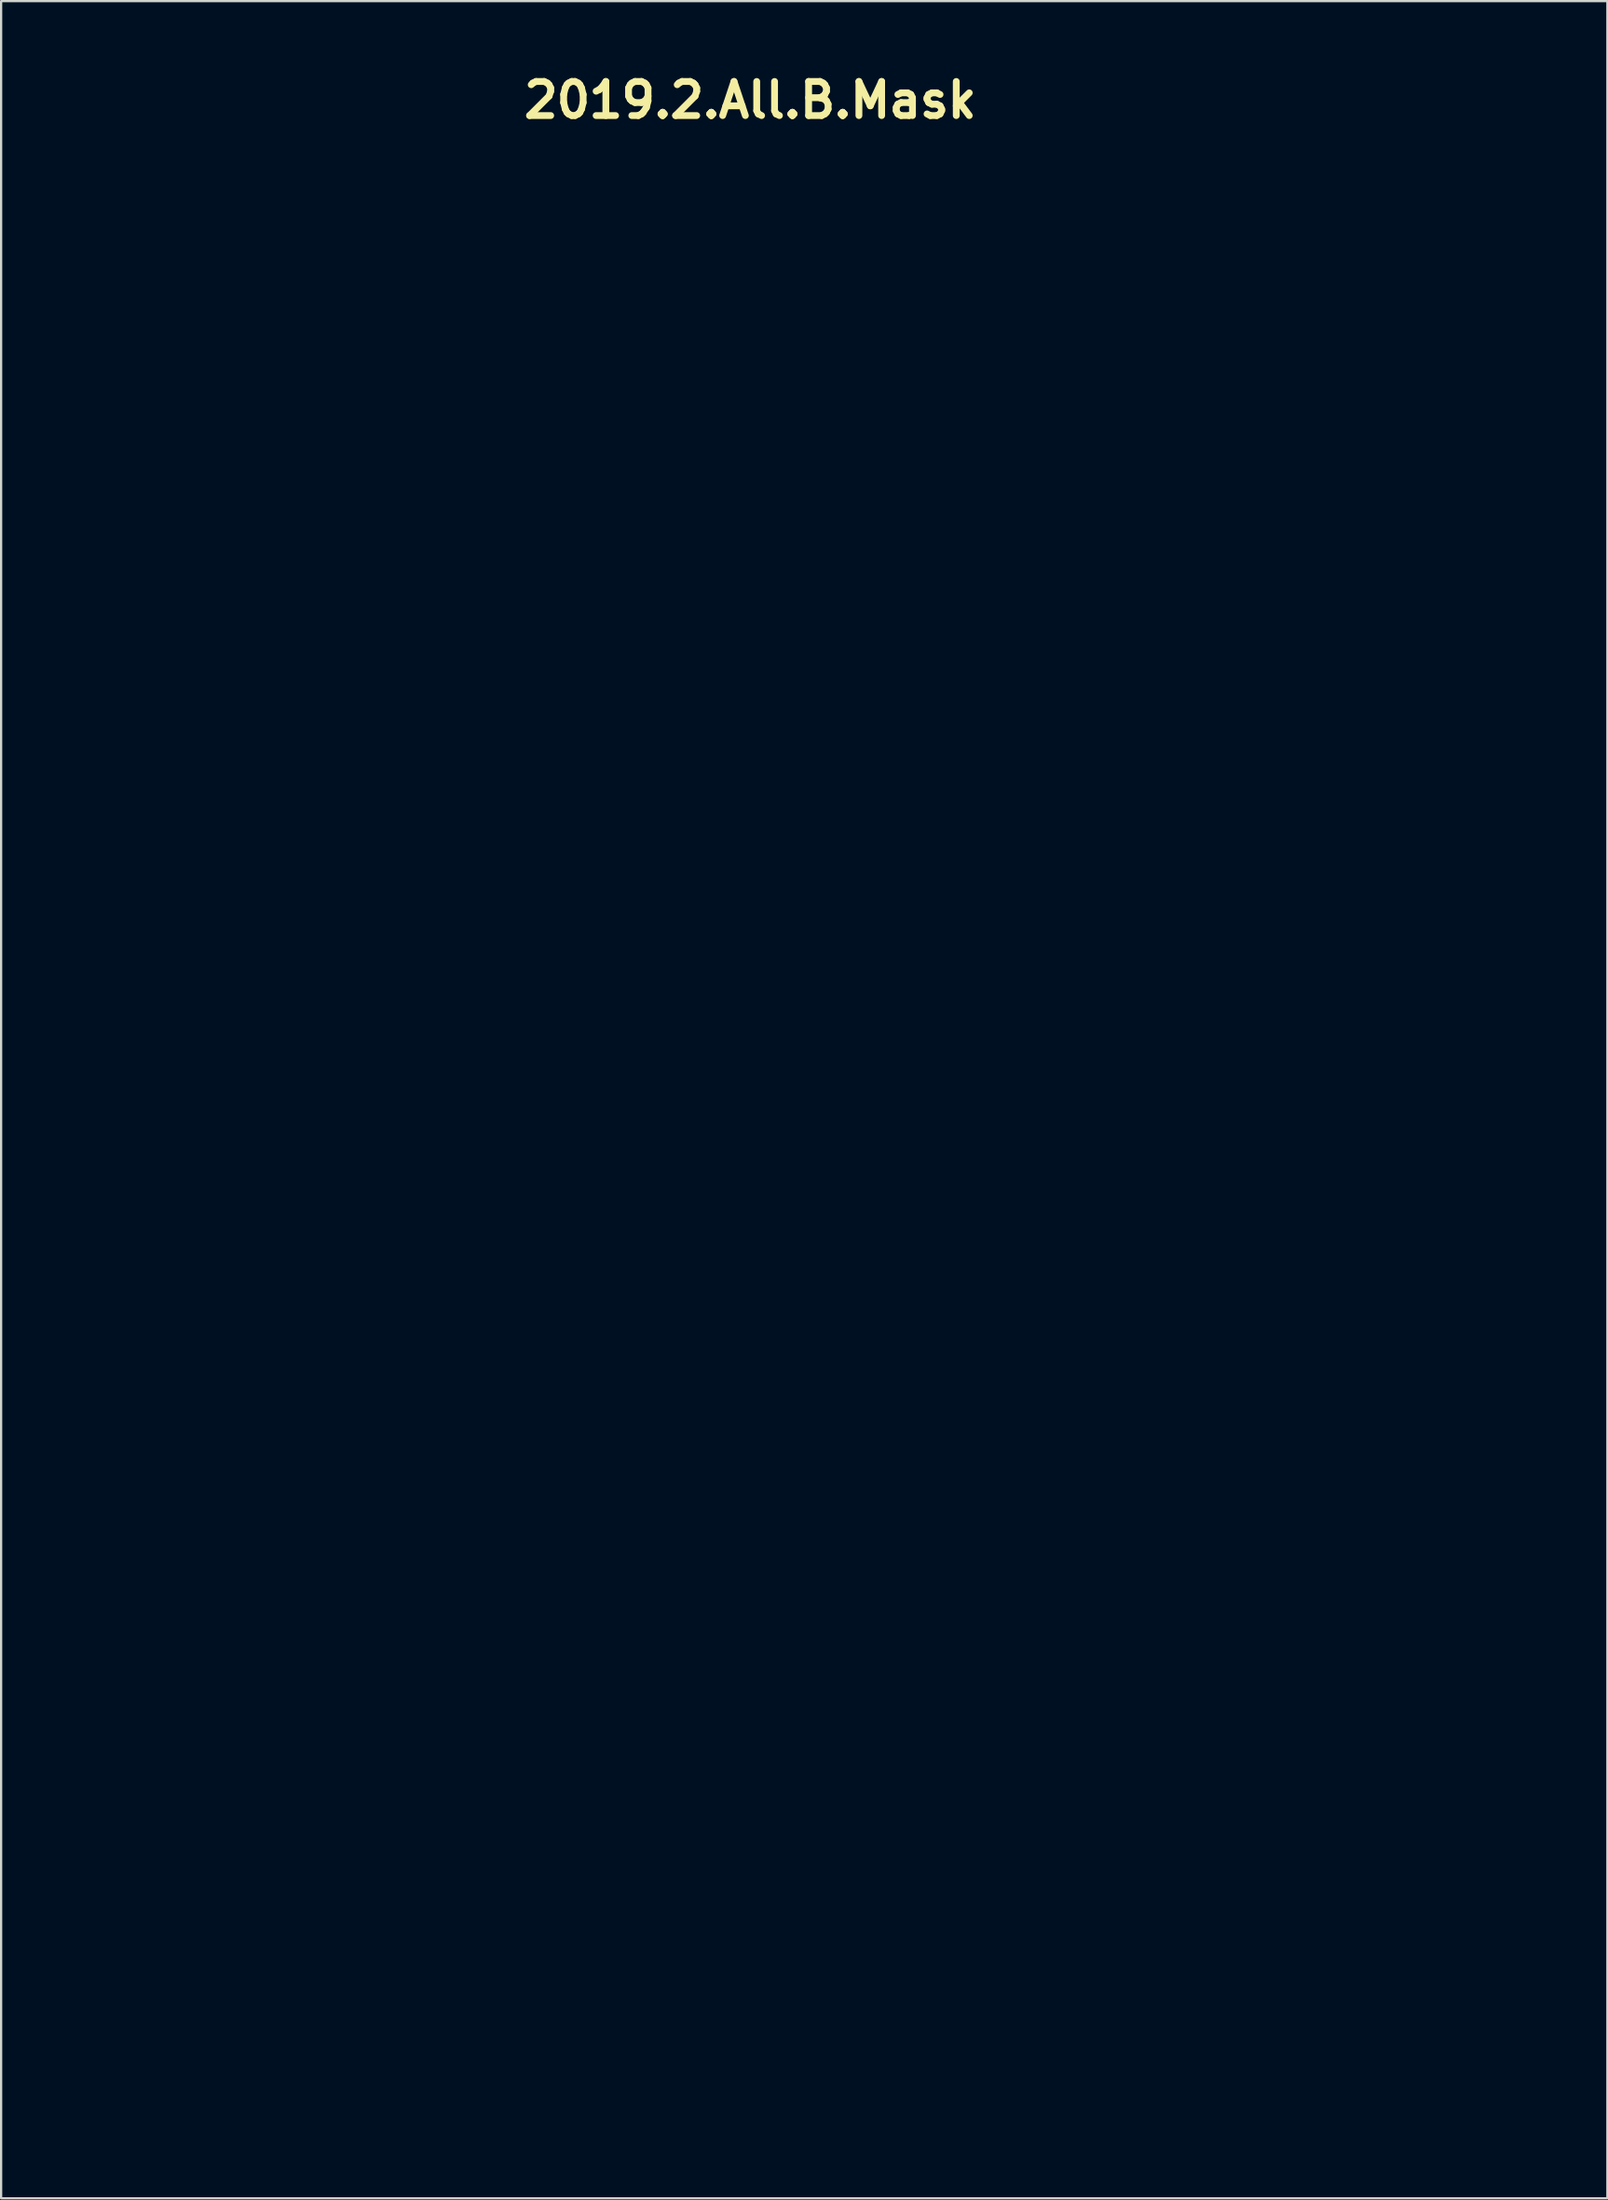
<source format=kicad_pcb>
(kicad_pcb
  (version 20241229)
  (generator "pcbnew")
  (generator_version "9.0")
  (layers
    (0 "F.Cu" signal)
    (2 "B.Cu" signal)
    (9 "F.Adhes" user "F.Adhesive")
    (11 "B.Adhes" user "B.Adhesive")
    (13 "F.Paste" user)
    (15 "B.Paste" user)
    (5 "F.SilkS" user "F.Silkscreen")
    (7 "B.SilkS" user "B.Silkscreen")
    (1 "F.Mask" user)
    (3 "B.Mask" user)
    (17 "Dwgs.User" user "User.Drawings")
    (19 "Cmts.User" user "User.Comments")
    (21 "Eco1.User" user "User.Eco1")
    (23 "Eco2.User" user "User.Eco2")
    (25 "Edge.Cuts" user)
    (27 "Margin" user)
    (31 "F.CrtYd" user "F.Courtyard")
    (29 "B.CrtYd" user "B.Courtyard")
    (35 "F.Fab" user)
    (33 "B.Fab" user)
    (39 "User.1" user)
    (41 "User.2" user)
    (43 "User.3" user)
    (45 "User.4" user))
  (footprint "2019.2.All.B.Mask"
    (layer "F.Cu")
    (at 30.511 48.353)
    (property "Reference" "2019.2.All.B.Mask" (at 0 -46.926 0) (layer "F.SilkS") (effects (font (size 1.524 1.524) (thickness 0.305))))
    (attr smd)
    (fp_poly (pts (xy -21.326 39.654) (xy -21.326 39.557) (xy -21.326 39.459) (xy -21.326 39.362) (xy -21.326 39.264) (xy -21.351 39.245) (xy -21.377 39.226) (xy -21.403 39.207) (xy -21.416 39.198) (xy -21.429 39.188) (xy -21.509 39.126) (xy -21.586 39.062) (xy -21.661 38.995) (xy -21.733 38.925) (xy -21.802 38.853) (xy -21.868 38.779) (xy -21.931 38.703) (xy -21.991 38.624) (xy -22.048 38.543) (xy -22.102 38.461) (xy -22.153 38.377) (xy -22.201 38.291) (xy -22.246 38.203) (xy -22.287 38.114) (xy -22.325 38.024) (xy -22.36 37.932) (xy -22.42 37.745) (xy -22.466 37.555) (xy -22.498 37.361) (xy -22.516 37.165) (xy -22.52 36.968) (xy -22.509 36.77) (xy -22.483 36.573) (xy -22.442 36.376) (xy -22.359 36.108) (xy -22.253 35.855) (xy -22.124 35.617) (xy -21.974 35.396) (xy -21.804 35.193) (xy -21.616 35.009) (xy -21.413 34.845) (xy -21.195 34.701) (xy -20.964 34.579) (xy -20.722 34.479) (xy -20.47 34.403) (xy -20.21 34.352) (xy -19.945 34.327) (xy -19.674 34.327) (xy -19.401 34.356) (xy -19.126 34.413) (xy -18.957 34.463) (xy -18.791 34.525) (xy -18.63 34.599) (xy -18.472 34.683) (xy -18.32 34.778) (xy -18.174 34.884) (xy -18.034 34.999) (xy -17.902 35.123) (xy -17.751 35.288) (xy -17.615 35.463) (xy -17.495 35.648) (xy -17.391 35.843) (xy -17.302 36.046) (xy -17.23 36.258) (xy -17.174 36.478) (xy -17.135 36.706) (xy -17.129 36.769) (xy -17.125 36.848) (xy -17.123 36.939) (xy -17.123 37.035) (xy -17.125 37.132) (xy -17.129 37.225) (xy -17.134 37.31) (xy -17.141 37.381) (xy -17.165 37.527) (xy -17.197 37.673) (xy -17.238 37.818) (xy -17.287 37.961) (xy -17.408 38.238) (xy -17.557 38.498) (xy -17.622 38.591) (xy -17.693 38.684) (xy -17.769 38.776) (xy -17.85 38.866) (xy -17.934 38.952) (xy -18.02 39.033) (xy -18.193 39.177) (xy -18.221 39.198) (xy -18.25 39.22) (xy -18.279 39.241) (xy -18.307 39.263) (xy -18.307 39.36) (xy -18.307 39.458) (xy -18.307 39.556) (xy -18.307 39.653) (xy -18.307 39.751) (xy -18.307 39.849) (xy -18.307 39.947) (xy -18.307 40.044) (xy -18.418 40.044) (xy -18.529 40.044) (xy -18.639 40.044) (xy -18.75 40.044) (xy -18.861 40.044) (xy -18.971 40.044) (xy -19.082 40.044) (xy -19.193 40.044) (xy -19.193 39.969) (xy -19.193 39.895) (xy -19.193 39.82) (xy -19.193 39.745) (xy -19.194 39.629) (xy -19.196 39.533) (xy -19.199 39.469) (xy -19.202 39.446) (xy -19.222 39.448) (xy -19.269 39.453) (xy -19.337 39.461) (xy -19.417 39.47) (xy -19.648 39.49) (xy -19.879 39.494) (xy -20.122 39.481) (xy -20.387 39.451) (xy -20.4 39.45) (xy -20.414 39.448) (xy -20.427 39.446) (xy -20.44 39.444) (xy -20.44 39.519) (xy -20.44 39.594) (xy -20.44 39.67) (xy -20.44 39.745) (xy -20.44 39.82) (xy -20.44 39.895) (xy -20.44 39.97) (xy -20.44 40.045) (xy -20.551 40.045) (xy -20.662 40.045) (xy -20.772 40.045) (xy -20.883 40.045) (xy -20.994 40.045) (xy -21.104 40.045) (xy -21.215 40.045) (xy -21.326 40.045) (xy -21.326 39.947) (xy -21.326 39.85) (xy -21.326 39.752) (xy -21.326 39.655) (xy -21.326 39.655) (xy -21.326 39.655) (xy -21.326 39.654)) (stroke (width 0.012) (type solid)) (fill yes) (layer "B.Mask"))
    (fp_poly (pts (xy -3.424 4.385) (xy -3.158 4.385) (xy -2.892 4.385) (xy -2.626 4.385) (xy -2.36 4.385) (xy -2.094 4.385) (xy -1.828 4.385) (xy -1.562 4.385) (xy -1.295 4.385) (xy -1.029 4.385) (xy -0.763 4.385) (xy -0.497 4.385) (xy -0.231 4.385) (xy 0.035 4.385) (xy 0.301 4.385) (xy 0.567 4.385) (xy 0.833 4.385) (xy 1.099 4.385) (xy 1.366 4.385) (xy 1.632 4.385) (xy 1.898 4.385) (xy 2.164 4.385) (xy 2.43 4.385) (xy 2.696 4.385) (xy 2.962 4.385) (xy 3.228 4.385) (xy 3.494 4.385) (xy 3.76 4.385) (xy 4.027 4.385) (xy 4.293 4.385) (xy 4.559 4.385) (xy 4.825 4.385) (xy 5.091 4.385) (xy 5.357 4.385) (xy 5.623 4.385) (xy 5.889 4.385) (xy 6.155 4.385) (xy 6.421 4.385) (xy 6.688 4.385) (xy 6.954 4.385) (xy 7.22 4.385) (xy 7.486 4.385) (xy 7.752 4.385) (xy 8.018 4.385) (xy 8.284 4.385) (xy 8.55 4.385) (xy 8.816 4.385) (xy 9.082 4.385) (xy 9.349 4.385) (xy 9.615 4.385) (xy 9.881 4.385) (xy 10.147 4.385) (xy 10.413 4.385) (xy 10.679 4.385) (xy 10.945 4.385) (xy 11.211 4.385) (xy 11.477 4.385) (xy 11.743 4.385) (xy 12.01 4.385) (xy 12.276 4.385) (xy 12.542 4.385) (xy 12.808 4.385) (xy 13.074 4.385) (xy 13.34 4.385) (xy 13.606 4.385) (xy 13.606 4.646) (xy 13.606 4.906) (xy 13.606 5.167) (xy 13.606 5.427) (xy 13.606 5.687) (xy 13.606 5.948) (xy 13.606 6.208) (xy 13.606 6.468) (xy 13.606 6.729) (xy 13.606 6.989) (xy 13.606 7.25) (xy 13.606 7.51) (xy 13.606 7.77) (xy 13.606 8.031) (xy 13.606 8.291) (xy 13.606 8.552) (xy 13.34 8.552) (xy 13.074 8.552) (xy 12.808 8.552) (xy 12.542 8.552) (xy 12.276 8.552) (xy 12.01 8.552) (xy 11.743 8.552) (xy 11.477 8.552) (xy 11.211 8.552) (xy 10.945 8.552) (xy 10.679 8.552) (xy 10.413 8.552) (xy 10.147 8.552) (xy 9.881 8.552) (xy 9.615 8.552) (xy 9.349 8.552) (xy 9.082 8.552) (xy 8.816 8.552) (xy 8.55 8.552) (xy 8.284 8.552) (xy 8.018 8.552) (xy 7.752 8.552) (xy 7.486 8.552) (xy 7.22 8.552) (xy 6.954 8.552) (xy 6.688 8.552) (xy 6.421 8.552) (xy 6.155 8.552) (xy 5.889 8.552) (xy 5.623 8.552) (xy 5.357 8.552) (xy 5.091 8.552) (xy 4.825 8.552) (xy 4.559 8.552) (xy 4.293 8.552) (xy 4.027 8.552) (xy 3.76 8.552) (xy 3.494 8.552) (xy 3.228 8.552) (xy 2.962 8.552) (xy 2.696 8.552) (xy 2.43 8.552) (xy 2.164 8.552) (xy 1.898 8.552) (xy 1.632 8.552) (xy 1.366 8.552) (xy 1.099 8.552) (xy 0.833 8.552) (xy 0.567 8.552) (xy 0.301 8.552) (xy 0.035 8.552) (xy -0.231 8.552) (xy -0.497 8.552) (xy -0.763 8.552) (xy -1.029 8.552) (xy -1.295 8.552) (xy -1.562 8.552) (xy -1.828 8.552) (xy -2.094 8.552) (xy -2.36 8.552) (xy -2.626 8.552) (xy -2.892 8.552) (xy -3.158 8.552) (xy -3.424 8.552) (xy -3.424 8.291) (xy -3.424 8.031) (xy -3.424 7.77) (xy -3.424 7.51) (xy -3.424 7.25) (xy -3.424 6.989) (xy -3.424 6.729) (xy -3.424 6.468) (xy -3.424 6.208) (xy -3.424 5.948) (xy -3.424 5.687) (xy -3.424 5.427) (xy -3.424 5.167) (xy -3.424 4.906) (xy -3.424 4.646) (xy -3.424 4.385)) (stroke (width 0) (type solid)) (fill yes) (layer "B.Mask"))
    (fp_poly (pts (xy -15.14 -35.126) (xy -15.154 -35.144) (xy -15.152 -35.171) (xy -15.13 -35.214) (xy -15.085 -35.283) (xy -15.057 -35.325) (xy -15.032 -35.364) (xy -15.013 -35.395) (xy -15.002 -35.414) (xy -14.98 -35.473) (xy -14.972 -35.532) (xy -14.979 -35.591) (xy -15.001 -35.649) (xy -15.005 -35.656) (xy -15.009 -35.663) (xy -15.013 -35.669) (xy -15.018 -35.676) (xy -15.028 -35.689) (xy -15.04 -35.702) (xy -15.054 -35.717) (xy -15.071 -35.732) (xy -15.09 -35.749) (xy -15.114 -35.767) (xy -15.214 -35.856) (xy -15.308 -35.953) (xy -15.393 -36.059) (xy -15.47 -36.172) (xy -15.537 -36.291) (xy -15.594 -36.416) (xy -15.64 -36.545) (xy -15.675 -36.677) (xy -15.687 -36.74) (xy -15.697 -36.808) (xy -15.704 -36.88) (xy -15.708 -36.953) (xy -15.71 -37.027) (xy -15.709 -37.098) (xy -15.705 -37.165) (xy -15.699 -37.225) (xy -15.679 -37.337) (xy -15.653 -37.446) (xy -15.62 -37.552) (xy -15.58 -37.654) (xy -15.534 -37.753) (xy -15.48 -37.849) (xy -15.42 -37.941) (xy -15.353 -38.03) (xy -15.326 -38.062) (xy -15.294 -38.098) (xy -15.258 -38.135) (xy -15.219 -38.173) (xy -15.181 -38.21) (xy -15.143 -38.244) (xy -15.107 -38.275) (xy -15.076 -38.3) (xy -15.007 -38.348) (xy -14.936 -38.393) (xy -14.862 -38.435) (xy -14.787 -38.473) (xy -14.71 -38.507) (xy -14.632 -38.537) (xy -14.553 -38.563) (xy -14.475 -38.584) (xy -14.427 -38.594) (xy -14.384 -38.603) (xy -14.343 -38.61) (xy -14.302 -38.615) (xy -14.26 -38.618) (xy -14.213 -38.62) (xy -14.16 -38.622) (xy -14.098 -38.622) (xy -14.037 -38.621) (xy -13.984 -38.62) (xy -13.937 -38.617) (xy -13.893 -38.614) (xy -13.852 -38.608) (xy -13.811 -38.601) (xy -13.768 -38.592) (xy -13.721 -38.581) (xy -13.664 -38.565) (xy -13.603 -38.546) (xy -13.541 -38.523) (xy -13.479 -38.498) (xy -13.417 -38.471) (xy -13.359 -38.442) (xy -13.305 -38.413) (xy -13.256 -38.384) (xy -13.184 -38.336) (xy -13.114 -38.284) (xy -13.048 -38.228) (xy -12.984 -38.169) (xy -12.923 -38.106) (xy -12.866 -38.041) (xy -12.813 -37.973) (xy -12.763 -37.903) (xy -12.714 -37.825) (xy -12.67 -37.745) (xy -12.631 -37.664) (xy -12.597 -37.581) (xy -12.568 -37.495) (xy -12.543 -37.406) (xy -12.523 -37.315) (xy -12.507 -37.219) (xy -12.503 -37.183) (xy -12.501 -37.136) (xy -12.499 -37.079) (xy -12.499 -37.019) (xy -12.499 -36.958) (xy -12.501 -36.902) (xy -12.503 -36.853) (xy -12.507 -36.817) (xy -12.535 -36.662) (xy -12.577 -36.514) (xy -12.631 -36.373) (xy -12.698 -36.238) (xy -12.777 -36.11) (xy -12.868 -35.989) (xy -12.972 -35.877) (xy -13.087 -35.772) (xy -13.123 -35.742) (xy -13.152 -35.715) (xy -13.175 -35.692) (xy -13.193 -35.669) (xy -13.217 -35.625) (xy -13.231 -35.573) (xy -13.234 -35.535) (xy -13.231 -35.495) (xy -13.222 -35.456) (xy -13.207 -35.419) (xy -13.194 -35.397) (xy -13.174 -35.364) (xy -13.148 -35.323) (xy -13.119 -35.28) (xy -13.089 -35.233) (xy -13.068 -35.197) (xy -13.055 -35.173) (xy -13.05 -35.159) (xy -13.059 -35.134) (xy -13.08 -35.118) (xy -13.106 -35.116) (xy -13.13 -35.128) (xy -13.14 -35.142) (xy -13.16 -35.171) (xy -13.186 -35.209) (xy -13.216 -35.254) (xy -13.283 -35.348) (xy -13.34 -35.412) (xy -13.396 -35.452) (xy -13.46 -35.477) (xy -13.507 -35.486) (xy -13.555 -35.488) (xy -13.61 -35.481) (xy -13.679 -35.466) (xy -13.768 -35.446) (xy -13.85 -35.431) (xy -13.928 -35.421) (xy -14.008 -35.414) (xy -14.138 -35.412) (xy -14.263 -35.419) (xy -14.388 -35.436) (xy -14.515 -35.464) (xy -14.608 -35.483) (xy -14.683 -35.487) (xy -14.747 -35.476) (xy -14.811 -35.449) (xy -14.853 -35.423) (xy -14.891 -35.387) (xy -14.935 -35.333) (xy -14.991 -35.252) (xy -15.023 -35.204) (xy -15.051 -35.163) (xy -15.072 -35.135) (xy -15.082 -35.122) (xy -15.095 -35.116) (xy -15.11 -35.115) (xy -15.126 -35.118) (xy -15.14 -35.126) (xy -15.14 -35.126)) (stroke (width 0.006) (type solid)) (fill yes) (layer "B.Mask"))
    (fp_poly (pts (xy 23.796 -39.115) (xy 23.796 -39.221) (xy 23.796 -39.327) (xy 23.797 -39.433) (xy 23.797 -39.539) (xy 23.797 -39.646) (xy 23.797 -39.752) (xy 23.797 -39.858) (xy 23.798 -39.964) (xy 23.798 -40.07) (xy 23.798 -40.177) (xy 23.798 -40.283) (xy 23.799 -40.389) (xy 23.799 -40.495) (xy 23.799 -40.602) (xy 23.799 -40.708) (xy 23.799 -40.814) (xy 23.802 -40.82) (xy 23.805 -40.826) (xy 23.808 -40.832) (xy 23.811 -40.838) (xy 23.814 -40.844) (xy 23.817 -40.851) (xy 23.82 -40.857) (xy 23.823 -40.863) (xy 23.826 -40.869) (xy 23.828 -40.875) (xy 23.831 -40.881) (xy 23.834 -40.887) (xy 23.837 -40.893) (xy 23.84 -40.899) (xy 23.843 -40.905) (xy 23.846 -40.911) (xy 23.88 -40.973) (xy 23.92 -41.03) (xy 23.967 -41.08) (xy 24.018 -41.125) (xy 24.075 -41.162) (xy 24.135 -41.193) (xy 24.2 -41.216) (xy 24.267 -41.232) (xy 24.317 -41.235) (xy 24.364 -41.236) (xy 24.425 -41.238) (xy 24.502 -41.239) (xy 24.595 -41.24) (xy 24.702 -41.24) (xy 24.826 -41.241) (xy 24.966 -41.242) (xy 25.122 -41.242) (xy 25.294 -41.242) (xy 25.484 -41.242) (xy 25.69 -41.242) (xy 25.913 -41.242) (xy 26.154 -41.242) (xy 26.412 -41.242) (xy 26.541 -41.241) (xy 26.67 -41.241) (xy 26.799 -41.241) (xy 26.928 -41.241) (xy 27.057 -41.24) (xy 27.186 -41.24) (xy 27.315 -41.24) (xy 27.444 -41.24) (xy 27.573 -41.24) (xy 27.702 -41.239) (xy 27.831 -41.239) (xy 27.96 -41.239) (xy 28.089 -41.239) (xy 28.218 -41.238) (xy 28.347 -41.238) (xy 28.477 -41.238) (xy 28.481 -41.236) (xy 28.485 -41.235) (xy 28.49 -41.233) (xy 28.494 -41.231) (xy 28.499 -41.23) (xy 28.503 -41.228) (xy 28.512 -41.225) (xy 28.521 -41.221) (xy 28.53 -41.218) (xy 28.538 -41.215) (xy 28.547 -41.211) (xy 28.595 -41.191) (xy 28.641 -41.166) (xy 28.685 -41.138) (xy 28.726 -41.106) (xy 28.764 -41.071) (xy 28.799 -41.033) (xy 28.83 -40.993) (xy 28.857 -40.95) (xy 28.883 -40.906) (xy 28.902 -40.857) (xy 28.915 -40.779) (xy 28.92 -40.722) (xy 28.924 -40.647) (xy 28.925 -40.603) (xy 28.927 -40.553) (xy 28.928 -40.498) (xy 28.929 -40.436) (xy 28.93 -40.368) (xy 28.93 -40.293) (xy 28.931 -40.211) (xy 28.931 -40.121) (xy 28.931 -40.023) (xy 28.932 -39.916) (xy 28.932 -39.801) (xy 28.932 -39.676) (xy 28.932 -39.542) (xy 28.932 -39.398) (xy 28.932 -39.243) (xy 28.932 -39.078) (xy 28.932 -38.974) (xy 28.932 -38.87) (xy 28.932 -38.766) (xy 28.932 -38.662) (xy 28.932 -38.558) (xy 28.932 -38.454) (xy 28.932 -38.35) (xy 28.932 -38.246) (xy 28.932 -38.142) (xy 28.932 -38.039) (xy 28.932 -37.935) (xy 28.932 -37.831) (xy 28.932 -37.727) (xy 28.932 -37.623) (xy 28.932 -37.519) (xy 28.932 -37.415) (xy 28.771 -37.415) (xy 28.611 -37.415) (xy 28.45 -37.415) (xy 28.289 -37.415) (xy 28.129 -37.415) (xy 27.968 -37.415) (xy 27.808 -37.415) (xy 27.647 -37.415) (xy 27.486 -37.415) (xy 27.326 -37.415) (xy 27.165 -37.415) (xy 27.005 -37.415) (xy 26.844 -37.415) (xy 26.683 -37.415) (xy 26.523 -37.415) (xy 26.362 -37.415) (xy 26.202 -37.415) (xy 26.041 -37.415) (xy 25.88 -37.415) (xy 25.72 -37.415) (xy 25.559 -37.415) (xy 25.399 -37.415) (xy 25.238 -37.415) (xy 25.077 -37.415) (xy 24.917 -37.415) (xy 24.756 -37.415) (xy 24.596 -37.415) (xy 24.435 -37.415) (xy 24.274 -37.415) (xy 24.114 -37.415) (xy 23.953 -37.415) (xy 23.793 -37.415) (xy 23.793 -37.521) (xy 23.793 -37.628) (xy 23.793 -37.734) (xy 23.793 -37.84) (xy 23.794 -37.946) (xy 23.794 -38.052) (xy 23.794 -38.159) (xy 23.794 -38.265) (xy 23.794 -38.371) (xy 23.795 -38.477) (xy 23.795 -38.583) (xy 23.795 -38.69) (xy 23.795 -38.796) (xy 23.796 -38.902) (xy 23.796 -39.008) (xy 23.796 -39.115) (xy 23.796 -39.115) (xy 23.796 -39.115) (xy 23.796 -39.115) (xy 23.796 -39.115) (xy 23.796 -39.115)) (stroke (width 0.012) (type solid)) (fill yes) (layer "B.Mask"))
    (fp_poly (pts (xy 4.328 43.62) (xy 4.192 43.521) (xy 4.058 43.42) (xy 3.925 43.319) (xy 3.793 43.218) (xy 3.663 43.116) (xy 3.535 43.013) (xy 3.408 42.91) (xy 3.283 42.806) (xy 3.159 42.702) (xy 3.037 42.598) (xy 2.916 42.493) (xy 2.797 42.388) (xy 2.68 42.282) (xy 2.564 42.176) (xy 2.451 42.07) (xy 2.339 41.963) (xy 2.228 41.856) (xy 2.12 41.749) (xy 2.013 41.642) (xy 1.908 41.535) (xy 1.806 41.427) (xy 1.705 41.319) (xy 1.606 41.212) (xy 1.508 41.104) (xy 1.413 40.996) (xy 1.32 40.888) (xy 1.229 40.78) (xy 1.14 40.672) (xy 1.053 40.564) (xy 0.968 40.456) (xy 0.886 40.348) (xy 0.805 40.24) (xy 0.731 40.139) (xy 0.662 40.044) (xy 0.597 39.953) (xy 0.536 39.865) (xy 0.479 39.781) (xy 0.424 39.698) (xy 0.372 39.617) (xy 0.321 39.536) (xy 0.272 39.455) (xy 0.224 39.373) (xy 0.176 39.288) (xy 0.129 39.201) (xy 0.08 39.111) (xy 0.031 39.016) (xy -0.021 38.916) (xy -0.074 38.809) (xy -0.146 38.66) (xy -0.214 38.513) (xy -0.278 38.367) (xy -0.337 38.223) (xy -0.392 38.081) (xy -0.442 37.94) (xy -0.488 37.801) (xy -0.529 37.664) (xy -0.566 37.528) (xy -0.599 37.394) (xy -0.627 37.262) (xy -0.651 37.131) (xy -0.67 37.002) (xy -0.685 36.875) (xy -0.696 36.749) (xy -0.702 36.625) (xy -0.703 36.502) (xy -0.701 36.381) (xy -0.693 36.261) (xy -0.682 36.143) (xy -0.666 36.026) (xy -0.645 35.911) (xy -0.62 35.798) (xy -0.591 35.686) (xy -0.557 35.575) (xy -0.519 35.466) (xy -0.477 35.358) (xy -0.43 35.252) (xy -0.378 35.147) (xy -0.322 35.044) (xy -0.262 34.942) (xy -0.198 34.841) (xy -0.098 34.701) (xy 0.007 34.569) (xy 0.118 34.445) (xy 0.235 34.328) (xy 0.357 34.219) (xy 0.483 34.118) (xy 0.614 34.025) (xy 0.749 33.939) (xy 0.888 33.861) (xy 1.03 33.791) (xy 1.176 33.729) (xy 1.324 33.676) (xy 1.474 33.63) (xy 1.626 33.592) (xy 1.78 33.562) (xy 1.935 33.541) (xy 2.091 33.528) (xy 2.247 33.523) (xy 2.404 33.526) (xy 2.561 33.537) (xy 2.717 33.557) (xy 2.872 33.585) (xy 3.026 33.622) (xy 3.179 33.667) (xy 3.329 33.721) (xy 3.478 33.783) (xy 3.623 33.854) (xy 3.766 33.933) (xy 3.906 34.022) (xy 4.041 34.118) (xy 4.173 34.224) (xy 4.301 34.338) (xy 4.305 34.343) (xy 4.31 34.347) (xy 4.314 34.351) (xy 4.319 34.356) (xy 4.323 34.36) (xy 4.328 34.364) (xy 4.332 34.368) (xy 4.337 34.373) (xy 4.346 34.381) (xy 4.355 34.39) (xy 4.364 34.399) (xy 4.373 34.407) (xy 4.383 34.416) (xy 4.392 34.425) (xy 4.401 34.433) (xy 4.41 34.442) (xy 4.419 34.451) (xy 4.428 34.459) (xy 4.437 34.468) (xy 4.446 34.476) (xy 4.464 34.497) (xy 4.482 34.516) (xy 4.5 34.533) (xy 4.52 34.549) (xy 4.54 34.563) (xy 4.56 34.576) (xy 4.581 34.588) (xy 4.602 34.598) (xy 4.623 34.607) (xy 4.645 34.614) (xy 4.667 34.62) (xy 4.689 34.625) (xy 4.711 34.628) (xy 4.733 34.63) (xy 4.755 34.631) (xy 4.777 34.631) (xy 4.799 34.629) (xy 4.82 34.626) (xy 4.841 34.622) (xy 4.862 34.617) (xy 4.882 34.611) (xy 4.902 34.603) (xy 4.921 34.595) (xy 4.94 34.585) (xy 4.958 34.574) (xy 4.975 34.562) (xy 4.992 34.55) (xy 5.008 34.536) (xy 5.022 34.521) (xy 5.036 34.505) (xy 5.049 34.489) (xy 5.06 34.471) (xy 5.073 34.46) (xy 5.085 34.449) (xy 5.098 34.438) (xy 5.11 34.426) (xy 5.123 34.415) (xy 5.135 34.404) (xy 5.148 34.393) (xy 5.16 34.382) (xy 5.173 34.37) (xy 5.179 34.365) (xy 5.185 34.359) (xy 5.192 34.354) (xy 5.198 34.348) (xy 5.204 34.342) (xy 5.21 34.337) (xy 5.217 34.331) (xy 5.223 34.326) (xy 5.229 34.32) (xy 5.235 34.314) (xy 5.242 34.309) (xy 5.248 34.303) (xy 5.254 34.298) (xy 5.26 34.292) (xy 5.367 34.201) (xy 5.477 34.115) (xy 5.589 34.035) (xy 5.704 33.961) (xy 5.821 33.892) (xy 5.94 33.83) (xy 6.061 33.773) (xy 6.184 33.722) (xy 6.308 33.676) (xy 6.434 33.637) (xy 6.561 33.603) (xy 6.689 33.575) (xy 6.818 33.553) (xy 6.947 33.536) (xy 7.077 33.525) (xy 7.207 33.52) (xy 7.337 33.521) (xy 7.467 33.528) (xy 7.597 33.541) (xy 7.726 33.559) (xy 7.855 33.583) (xy 7.983 33.613) (xy 8.11 33.648) (xy 8.235 33.69) (xy 8.359 33.737) (xy 8.482 33.79) (xy 8.603 33.849) (xy 8.722 33.914) (xy 8.838 33.985) (xy 8.953 34.061) (xy 9.065 34.143) (xy 9.174 34.231) (xy 9.303 34.348) (xy 9.425 34.473) (xy 9.539 34.607) (xy 9.646 34.748) (xy 9.746 34.896) (xy 9.837 35.05) (xy 9.919 35.209) (xy 9.993 35.373) (xy 10.057 35.54) (xy 10.112 35.71) (xy 10.157 35.881) (xy 10.191 36.054) (xy 10.215 36.228) (xy 10.229 36.401) (xy 10.23 36.572) (xy 10.221 36.742) (xy 10.198 36.942) (xy 10.166 37.144) (xy 10.126 37.348) (xy 10.076 37.553) (xy 10.018 37.76) (xy 9.95 37.967) (xy 9.875 38.176) (xy 9.79 38.386) (xy 9.698 38.597) (xy 9.596 38.809) (xy 9.487 39.021) (xy 9.369 39.235) (xy 9.243 39.448) (xy 9.109 39.662) (xy 8.967 39.876) (xy 8.817 40.091) (xy 8.66 40.305) (xy 8.494 40.52) (xy 8.321 40.734) (xy 8.14 40.948) (xy 7.952 41.161) (xy 7.756 41.374) (xy 7.553 41.587) (xy 7.343 41.798) (xy 7.125 42.009) (xy 6.901 42.219) (xy 6.669 42.428) (xy 6.43 42.636) (xy 6.185 42.842) (xy 5.932 43.047) (xy 5.673 43.251) (xy 5.408 43.453) (xy 5.28 43.549) (xy 5.171 43.631) (xy 5.078 43.702) (xy 4.999 43.76) (xy 4.932 43.806) (xy 4.874 43.84) (xy 4.823 43.863) (xy 4.777 43.875) (xy 4.734 43.877) (xy 4.692 43.869) (xy 4.648 43.85) (xy 4.6 43.822) (xy 4.547 43.784) (xy 4.485 43.738) (xy 4.413 43.683) (xy 4.328 43.62) (xy 4.328 43.62) (xy 4.328 43.62) (xy 4.328 43.62) (xy 4.328 43.62) (xy 4.328 43.62)) (stroke (width 0) (type solid)) (fill yes) (layer "B.Mask"))
    (fp_poly (pts (xy -29.682 -10.428) (xy -29.682 -10.439) (xy -29.682 -10.449) (xy -29.682 -10.46) (xy -29.682 -10.47) (xy -29.722 -10.472) (xy -29.762 -10.473) (xy -29.801 -10.475) (xy -29.841 -10.477) (xy -29.92 -10.481) (xy -29.981 -10.488) (xy -30.032 -10.497) (xy -30.075 -10.51) (xy -30.214 -10.579) (xy -30.332 -10.678) (xy -30.424 -10.803) (xy -30.485 -10.947) (xy -30.496 -11.045) (xy -30.498 -11.095) (xy -30.5 -11.16) (xy -30.501 -11.241) (xy -30.502 -11.341) (xy -30.503 -11.462) (xy -30.504 -11.607) (xy -30.504 -11.777) (xy -30.505 -11.974) (xy -30.505 -12.201) (xy -30.505 -12.46) (xy -30.505 -12.753) (xy -30.505 -13.083) (xy -30.505 -13.212) (xy -30.505 -13.341) (xy -30.505 -13.47) (xy -30.505 -13.6) (xy -30.505 -13.729) (xy -30.505 -13.858) (xy -30.505 -13.987) (xy -30.505 -14.117) (xy -30.505 -14.246) (xy -30.505 -14.375) (xy -30.505 -14.504) (xy -30.505 -14.634) (xy -30.505 -14.763) (xy -30.505 -14.892) (xy -30.505 -15.022) (xy -30.505 -15.151) (xy -30.399 -15.151) (xy -30.293 -15.151) (xy -30.187 -15.151) (xy -30.081 -15.151) (xy -29.975 -15.151) (xy -29.869 -15.151) (xy -29.763 -15.151) (xy -29.657 -15.151) (xy -29.657 -15.206) (xy -29.657 -15.261) (xy -29.657 -15.316) (xy -29.657 -15.371) (xy -29.657 -15.426) (xy -29.657 -15.481) (xy -29.657 -15.535) (xy -29.657 -15.59) (xy -29.657 -15.645) (xy -29.657 -15.7) (xy -29.657 -15.755) (xy -29.657 -15.81) (xy -29.657 -15.865) (xy -29.657 -15.92) (xy -29.657 -15.975) (xy -29.657 -16.03) (xy -29.657 -16.085) (xy -29.657 -16.14) (xy -29.657 -16.195) (xy -29.657 -16.25) (xy -29.657 -16.305) (xy -29.657 -16.36) (xy -29.657 -16.415) (xy -29.657 -16.47) (xy -29.657 -16.525) (xy -29.657 -16.58) (xy -29.657 -16.635) (xy -29.657 -16.69) (xy -29.657 -16.745) (xy -29.657 -16.8) (xy -29.657 -16.854) (xy -29.657 -16.909) (xy -29.763 -16.909) (xy -29.869 -16.909) (xy -29.975 -16.909) (xy -30.081 -16.909) (xy -30.187 -16.909) (xy -30.293 -16.909) (xy -30.399 -16.909) (xy -30.505 -16.909) (xy -30.505 -16.94) (xy -30.505 -16.97) (xy -30.505 -17.001) (xy -30.505 -17.032) (xy -30.496 -17.172) (xy -30.465 -17.292) (xy -30.41 -17.399) (xy -30.328 -17.503) (xy -30.262 -17.563) (xy -30.186 -17.615) (xy -30.104 -17.656) (xy -30.019 -17.684) (xy -30.003 -17.687) (xy -29.974 -17.689) (xy -29.931 -17.691) (xy -29.872 -17.693) (xy -29.794 -17.695) (xy -29.695 -17.696) (xy -29.573 -17.697) (xy -29.426 -17.698) (xy -29.252 -17.699) (xy -29.048 -17.7) (xy -28.813 -17.7) (xy -28.544 -17.701) (xy -28.239 -17.701) (xy -27.896 -17.701) (xy -27.513 -17.701) (xy -27.088 -17.701) (xy -26.909 -17.701) (xy -26.73 -17.701) (xy -26.551 -17.701) (xy -26.372 -17.701) (xy -26.193 -17.701) (xy -26.014 -17.701) (xy -25.836 -17.701) (xy -25.657 -17.701) (xy -25.478 -17.701) (xy -25.299 -17.701) (xy -25.12 -17.701) (xy -24.941 -17.701) (xy -24.762 -17.701) (xy -24.583 -17.701) (xy -24.404 -17.701) (xy -24.225 -17.701) (xy -24.22 -17.7) (xy -24.214 -17.698) (xy -24.209 -17.696) (xy -24.203 -17.695) (xy -24.198 -17.693) (xy -24.192 -17.691) (xy -24.187 -17.689) (xy -24.181 -17.688) (xy -24.16 -17.681) (xy -24.138 -17.674) (xy -24.03 -17.629) (xy -23.933 -17.567) (xy -23.848 -17.49) (xy -23.779 -17.399) (xy -23.739 -17.326) (xy -23.712 -17.249) (xy -23.695 -17.161) (xy -23.686 -17.056) (xy -23.684 -17.019) (xy -23.683 -16.983) (xy -23.681 -16.946) (xy -23.679 -16.909) (xy -23.786 -16.909) (xy -23.892 -16.909) (xy -23.999 -16.909) (xy -24.105 -16.909) (xy -24.212 -16.909) (xy -24.318 -16.909) (xy -24.425 -16.909) (xy -24.531 -16.909) (xy -24.531 -16.854) (xy -24.531 -16.8) (xy -24.531 -16.745) (xy -24.531 -16.69) (xy -24.531 -16.635) (xy -24.531 -16.58) (xy -24.531 -16.525) (xy -24.531 -16.47) (xy -24.531 -16.415) (xy -24.531 -16.36) (xy -24.531 -16.305) (xy -24.531 -16.25) (xy -24.531 -16.195) (xy -24.531 -16.14) (xy -24.531 -16.085) (xy -24.531 -16.03) (xy -24.531 -15.975) (xy -24.531 -15.92) (xy -24.531 -15.865) (xy -24.531 -15.81) (xy -24.531 -15.755) (xy -24.531 -15.7) (xy -24.531 -15.645) (xy -24.531 -15.59) (xy -24.531 -15.536) (xy -24.531 -15.481) (xy -24.531 -15.426) (xy -24.531 -15.371) (xy -24.531 -15.316) (xy -24.531 -15.261) (xy -24.531 -15.206) (xy -24.531 -15.151) (xy -24.425 -15.151) (xy -24.319 -15.151) (xy -24.213 -15.151) (xy -24.107 -15.151) (xy -24.001 -15.151) (xy -23.895 -15.151) (xy -23.789 -15.151) (xy -23.683 -15.151) (xy -23.683 -15.023) (xy -23.683 -14.894) (xy -23.683 -14.766) (xy -23.683 -14.638) (xy -23.683 -14.51) (xy -23.683 -14.382) (xy -23.683 -14.253) (xy -23.683 -14.125) (xy -23.683 -13.997) (xy -23.683 -13.869) (xy -23.683 -13.741) (xy -23.683 -13.612) (xy -23.683 -13.484) (xy -23.683 -13.356) (xy -23.683 -13.228) (xy -23.683 -13.1) (xy -23.683 -12.838) (xy -23.683 -12.595) (xy -23.683 -12.37) (xy -23.684 -12.164) (xy -23.684 -11.976) (xy -23.685 -11.805) (xy -23.685 -11.652) (xy -23.686 -11.515) (xy -23.687 -11.395) (xy -23.688 -11.291) (xy -23.689 -11.202) (xy -23.69 -11.129) (xy -23.697 -10.982) (xy -23.721 -10.896) (xy -23.759 -10.816) (xy -23.81 -10.739) (xy -23.875 -10.667) (xy -23.982 -10.578) (xy -24.098 -10.518) (xy -24.232 -10.485) (xy -24.391 -10.474) (xy -24.42 -10.474) (xy -24.448 -10.474) (xy -24.477 -10.474) (xy -24.506 -10.474) (xy -24.506 -10.463) (xy -24.506 -10.452) (xy -24.506 -10.441) (xy -24.506 -10.43) (xy -24.506 -10.419) (xy -24.506 -10.408) (xy -24.506 -10.397) (xy -24.506 -10.386) (xy -24.631 -10.386) (xy -24.756 -10.386) (xy -24.88 -10.386) (xy -25.005 -10.386) (xy -25.22 -10.387) (xy -25.376 -10.389) (xy -25.472 -10.393) (xy -25.504 -10.399) (xy -25.539 -10.404) (xy -25.644 -10.408) (xy -25.816 -10.41) (xy -26.053 -10.411) (xy -26.289 -10.41) (xy -26.461 -10.408) (xy -26.566 -10.404) (xy -26.601 -10.399) (xy -26.634 -10.393) (xy -26.729 -10.389) (xy -26.886 -10.387) (xy -27.1 -10.386) (xy -27.315 -10.387) (xy -27.471 -10.389) (xy -27.567 -10.393) (xy -27.599 -10.399) (xy -27.634 -10.404) (xy -27.738 -10.408) (xy -27.908 -10.41) (xy -28.142 -10.411) (xy -28.376 -10.41) (xy -28.546 -10.408) (xy -28.649 -10.404) (xy -28.684 -10.399) (xy -28.717 -10.393) (xy -28.812 -10.389) (xy -28.969 -10.387) (xy -29.183 -10.386) (xy -29.308 -10.386) (xy -29.433 -10.386) (xy -29.557 -10.386) (xy -29.682 -10.386) (xy -29.682 -10.397) (xy -29.682 -10.407) (xy -29.682 -10.418) (xy -29.682 -10.428) (xy -29.682 -10.428) (xy -29.682 -10.428) (xy -29.682 -10.428)) (stroke (width 0.012) (type solid)) (fill yes) (layer "B.Mask"))
    (fp_poly (pts (xy 30.624 28.141) (xy 30.578 28.14) (xy 30.533 28.138) (xy 30.491 28.136) (xy 30.452 28.134) (xy 30.418 28.132) (xy 30.39 28.129) (xy 30.368 28.127) (xy 30.355 28.125) (xy 30.316 28.115) (xy 30.278 28.104) (xy 30.241 28.091) (xy 30.205 28.077) (xy 30.17 28.062) (xy 30.135 28.045) (xy 30.102 28.028) (xy 30.069 28.009) (xy 30.037 27.989) (xy 30.007 27.968) (xy 29.977 27.946) (xy 29.948 27.922) (xy 29.92 27.898) (xy 29.893 27.872) (xy 29.868 27.846) (xy 29.843 27.818) (xy 29.819 27.79) (xy 29.797 27.76) (xy 29.775 27.73) (xy 29.755 27.698) (xy 29.736 27.666) (xy 29.718 27.633) (xy 29.702 27.599) (xy 29.686 27.564) (xy 29.672 27.529) (xy 29.659 27.492) (xy 29.647 27.455) (xy 29.637 27.417) (xy 29.628 27.379) (xy 29.62 27.339) (xy 29.614 27.299) (xy 29.609 27.259) (xy 29.605 27.2) (xy 29.605 27.137) (xy 29.609 27.073) (xy 29.617 27.008) (xy 29.627 26.946) (xy 29.641 26.888) (xy 29.657 26.837) (xy 29.675 26.794) (xy 29.691 26.764) (xy 29.712 26.731) (xy 29.736 26.696) (xy 29.763 26.659) (xy 29.792 26.622) (xy 29.821 26.586) (xy 29.851 26.553) (xy 29.879 26.523) (xy 29.94 26.466) (xy 30.004 26.416) (xy 30.07 26.373) (xy 30.138 26.337) (xy 30.207 26.309) (xy 30.276 26.289) (xy 30.346 26.276) (xy 30.414 26.272) (xy 30.432 26.272) (xy 30.452 26.274) (xy 30.474 26.276) (xy 30.498 26.279) (xy 30.524 26.283) (xy 30.551 26.287) (xy 30.579 26.292) (xy 30.608 26.298) (xy 30.633 26.304) (xy 30.656 26.309) (xy 30.678 26.313) (xy 30.696 26.317) (xy 30.712 26.32) (xy 30.724 26.323) (xy 30.732 26.324) (xy 30.735 26.325) (xy 30.735 26.322) (xy 30.735 26.315) (xy 30.735 26.303) (xy 30.735 26.287) (xy 30.734 26.269) (xy 30.734 26.247) (xy 30.733 26.223) (xy 30.732 26.198) (xy 30.73 26.149) (xy 30.73 26.107) (xy 30.732 26.069) (xy 30.735 26.034) (xy 30.741 26) (xy 30.748 25.966) (xy 30.758 25.929) (xy 30.771 25.888) (xy 30.781 25.86) (xy 30.791 25.833) (xy 30.801 25.806) (xy 30.813 25.779) (xy 30.825 25.754) (xy 30.838 25.728) (xy 30.851 25.704) (xy 30.865 25.68) (xy 30.88 25.656) (xy 30.895 25.633) (xy 30.911 25.611) (xy 30.928 25.589) (xy 30.945 25.568) (xy 30.962 25.548) (xy 30.981 25.528) (xy 31 25.508) (xy 31.019 25.49) (xy 31.039 25.472) (xy 31.06 25.454) (xy 31.081 25.437) (xy 31.103 25.421) (xy 31.125 25.406) (xy 31.148 25.391) (xy 31.172 25.377) (xy 31.196 25.363) (xy 31.221 25.35) (xy 31.246 25.338) (xy 31.271 25.327) (xy 31.298 25.316) (xy 31.324 25.306) (xy 31.352 25.296) (xy 31.38 25.287) (xy 31.403 25.281) (xy 31.425 25.275) (xy 31.446 25.271) (xy 31.469 25.267) (xy 31.495 25.265) (xy 31.524 25.263) (xy 31.56 25.261) (xy 31.603 25.26) (xy 31.66 25.259) (xy 31.713 25.26) (xy 31.761 25.263) (xy 31.808 25.269) (xy 31.853 25.277) (xy 31.899 25.287) (xy 31.948 25.301) (xy 32 25.318) (xy 32.01 25.321) (xy 32.019 25.324) (xy 32.029 25.328) (xy 32.038 25.331) (xy 32.048 25.334) (xy 32.057 25.337) (xy 32.067 25.341) (xy 32.076 25.344) (xy 32.084 25.336) (xy 32.093 25.329) (xy 32.101 25.322) (xy 32.109 25.315) (xy 32.111 25.313) (xy 32.113 25.311) (xy 32.115 25.31) (xy 32.117 25.308) (xy 32.119 25.306) (xy 32.121 25.305) (xy 32.123 25.303) (xy 32.125 25.301) (xy 32.127 25.299) (xy 32.129 25.298) (xy 32.131 25.296) (xy 32.133 25.294) (xy 32.135 25.293) (xy 32.137 25.291) (xy 32.138 25.289) (xy 32.14 25.288) (xy 32.169 25.263) (xy 32.198 25.238) (xy 32.227 25.215) (xy 32.257 25.193) (xy 32.287 25.171) (xy 32.317 25.15) (xy 32.347 25.13) (xy 32.378 25.111) (xy 32.409 25.092) (xy 32.44 25.075) (xy 32.471 25.058) (xy 32.503 25.042) (xy 32.535 25.027) (xy 32.567 25.012) (xy 32.599 24.999) (xy 32.631 24.986) (xy 32.664 24.975) (xy 32.697 24.964) (xy 32.73 24.954) (xy 32.763 24.944) (xy 32.797 24.936) (xy 32.83 24.928) (xy 32.864 24.922) (xy 32.898 24.916) (xy 32.932 24.911) (xy 32.967 24.907) (xy 33.001 24.904) (xy 33.036 24.901) (xy 33.071 24.9) (xy 33.106 24.899) (xy 33.141 24.899) (xy 33.176 24.9) (xy 33.22 24.903) (xy 33.263 24.907) (xy 33.306 24.912) (xy 33.349 24.918) (xy 33.391 24.926) (xy 33.432 24.935) (xy 33.473 24.946) (xy 33.514 24.957) (xy 33.554 24.97) (xy 33.593 24.984) (xy 33.632 24.999) (xy 33.67 25.016) (xy 33.707 25.034) (xy 33.744 25.053) (xy 33.78 25.073) (xy 33.816 25.094) (xy 33.85 25.117) (xy 33.884 25.14) (xy 33.918 25.165) (xy 33.951 25.191) (xy 33.983 25.218) (xy 34.014 25.247) (xy 34.044 25.276) (xy 34.074 25.307) (xy 34.103 25.338) (xy 34.131 25.371) (xy 34.158 25.405) (xy 34.184 25.44) (xy 34.21 25.476) (xy 34.234 25.513) (xy 34.258 25.551) (xy 34.281 25.59) (xy 34.289 25.605) (xy 34.297 25.62) (xy 34.305 25.636) (xy 34.313 25.652) (xy 34.321 25.668) (xy 34.329 25.685) (xy 34.337 25.702) (xy 34.344 25.719) (xy 34.352 25.736) (xy 34.359 25.754) (xy 34.366 25.772) (xy 34.373 25.79) (xy 34.38 25.808) (xy 34.387 25.827) (xy 34.393 25.845) (xy 34.4 25.863) (xy 34.406 25.881) (xy 34.412 25.9) (xy 34.417 25.918) (xy 34.423 25.936) (xy 34.428 25.953) (xy 34.433 25.971) (xy 34.437 25.988) (xy 34.442 26.005) (xy 34.446 26.022) (xy 34.449 26.039) (xy 34.453 26.055) (xy 34.456 26.07) (xy 34.464 26.128) (xy 34.467 26.16) (xy 34.471 26.183) (xy 34.476 26.201) (xy 34.483 26.214) (xy 34.495 26.224) (xy 34.511 26.233) (xy 34.533 26.241) (xy 34.563 26.25) (xy 34.607 26.264) (xy 34.655 26.284) (xy 34.705 26.306) (xy 34.757 26.331) (xy 34.808 26.359) (xy 34.857 26.388) (xy 34.902 26.417) (xy 34.943 26.446) (xy 34.967 26.464) (xy 34.99 26.483) (xy 35.012 26.501) (xy 35.033 26.52) (xy 35.054 26.539) (xy 35.074 26.558) (xy 35.093 26.578) (xy 35.111 26.598) (xy 35.129 26.618) (xy 35.146 26.638) (xy 35.162 26.659) (xy 35.177 26.68) (xy 35.192 26.701) (xy 35.206 26.722) (xy 35.219 26.744) (xy 35.232 26.766) (xy 35.244 26.789) (xy 35.255 26.811) (xy 35.265 26.834) (xy 35.275 26.858) (xy 35.284 26.881) (xy 35.292 26.905) (xy 35.3 26.93) (xy 35.307 26.954) (xy 35.313 26.979) (xy 35.319 27.005) (xy 35.324 27.03) (xy 35.328 27.057) (xy 35.332 27.083) (xy 35.335 27.11) (xy 35.337 27.137) (xy 35.339 27.165) (xy 35.339 27.172) (xy 35.339 27.18) (xy 35.339 27.187) (xy 35.34 27.194) (xy 35.34 27.221) (xy 35.34 27.245) (xy 35.339 27.267) (xy 35.338 27.288) (xy 35.335 27.307) (xy 35.333 27.327) (xy 35.329 27.347) (xy 35.32 27.387) (xy 35.31 27.425) (xy 35.299 27.463) (xy 35.287 27.5) (xy 35.274 27.536) (xy 35.259 27.572) (xy 35.244 27.606) (xy 35.227 27.639) (xy 35.209 27.671) (xy 35.19 27.703) (xy 35.171 27.733) (xy 35.15 27.763) (xy 35.128 27.791) (xy 35.105 27.819) (xy 35.081 27.845) (xy 35.056 27.871) (xy 35.029 27.895) (xy 35.002 27.918) (xy 34.974 27.941) (xy 34.945 27.962) (xy 34.916 27.982) (xy 34.885 28.001) (xy 34.853 28.019) (xy 34.82 28.036) (xy 34.786 28.052) (xy 34.752 28.066) (xy 34.717 28.08) (xy 34.68 28.092) (xy 34.643 28.103) (xy 34.605 28.113) (xy 34.566 28.122) (xy 34.527 28.13) (xy 34.52 28.131) (xy 34.512 28.132) (xy 34.502 28.133) (xy 34.491 28.134) (xy 34.478 28.135) (xy 34.462 28.135) (xy 34.445 28.136) (xy 34.425 28.137) (xy 34.402 28.138) (xy 34.377 28.138) (xy 34.348 28.139) (xy 34.316 28.139) (xy 34.281 28.14) (xy 34.241 28.141) (xy 34.198 28.141) (xy 34.151 28.142) (xy 34.099 28.142) (xy 34.042 28.142) (xy 33.981 28.143) (xy 33.914 28.143) (xy 33.843 28.143) (xy 33.766 28.144) (xy 33.683 28.144) (xy 33.594 28.144) (xy 33.5 28.145) (xy 33.399 28.145) (xy 33.291 28.145) (xy 33.177 28.145) (xy 33.055 28.146) (xy 32.927 28.146) (xy 32.791 28.146) (xy 32.648 28.146) (xy 32.555 28.147) (xy 32.463 28.147) (xy 32.372 28.147) (xy 32.282 28.147) (xy 32.192 28.147) (xy 32.104 28.147) (xy 32.017 28.147) (xy 31.931 28.147) (xy 31.847 28.147) (xy 31.764 28.147) (xy 31.683 28.147) (xy 31.604 28.147) (xy 31.528 28.147) (xy 31.453 28.147) (xy 31.38 28.147) (xy 31.31 28.147) (xy 31.243 28.147) (xy 31.178 28.147) (xy 31.116 28.147) (xy 31.057 28.146) (xy 31 28.146) (xy 30.948 28.146) (xy 30.898 28.146) (xy 30.852 28.146) (xy 30.809 28.145) (xy 30.77 28.145) (xy 30.735 28.145) (xy 30.704 28.144) (xy 30.677 28.144) (xy 30.655 28.144) (xy 30.636 28.144) (xy 30.622 28.143) (xy 30.622 28.143) (xy 30.622 28.143) (xy 30.622 28.143) (xy 30.622 28.143) (xy 30.622 28.143) (xy 30.622 28.143) (xy 30.622 28.143) (xy 30.622 28.143) (xy 30.622 28.143) (xy 30.622 28.143) (xy 30.622 28.143) (xy 30.622 28.143) (xy 30.622 28.143) (xy 30.622 28.143) (xy 30.622 28.143) (xy 30.622 28.143) (xy 30.622 28.143) (xy 30.622 28.143) (xy 30.622 28.143) (xy 30.622 28.143) (xy 30.622 28.143) (xy 30.622 28.143) (xy 30.622 28.143) (xy 30.622 28.143) (xy 30.622 28.143) (xy 30.622 28.143) (xy 30.622 28.143) (xy 30.622 28.143) (xy 30.622 28.143) (xy 30.622 28.143) (xy 30.623 28.143) (xy 30.624 28.141)) (stroke (width 0.008) (type solid)) (fill yes) (layer "B.Mask")))
  (gr_rect
    (start -3 -3)
    (end 68.855 95.23)
    (stroke (width 0.1) (type default))
    (fill no)
    (layer "Edge.Cuts")))
</source>
